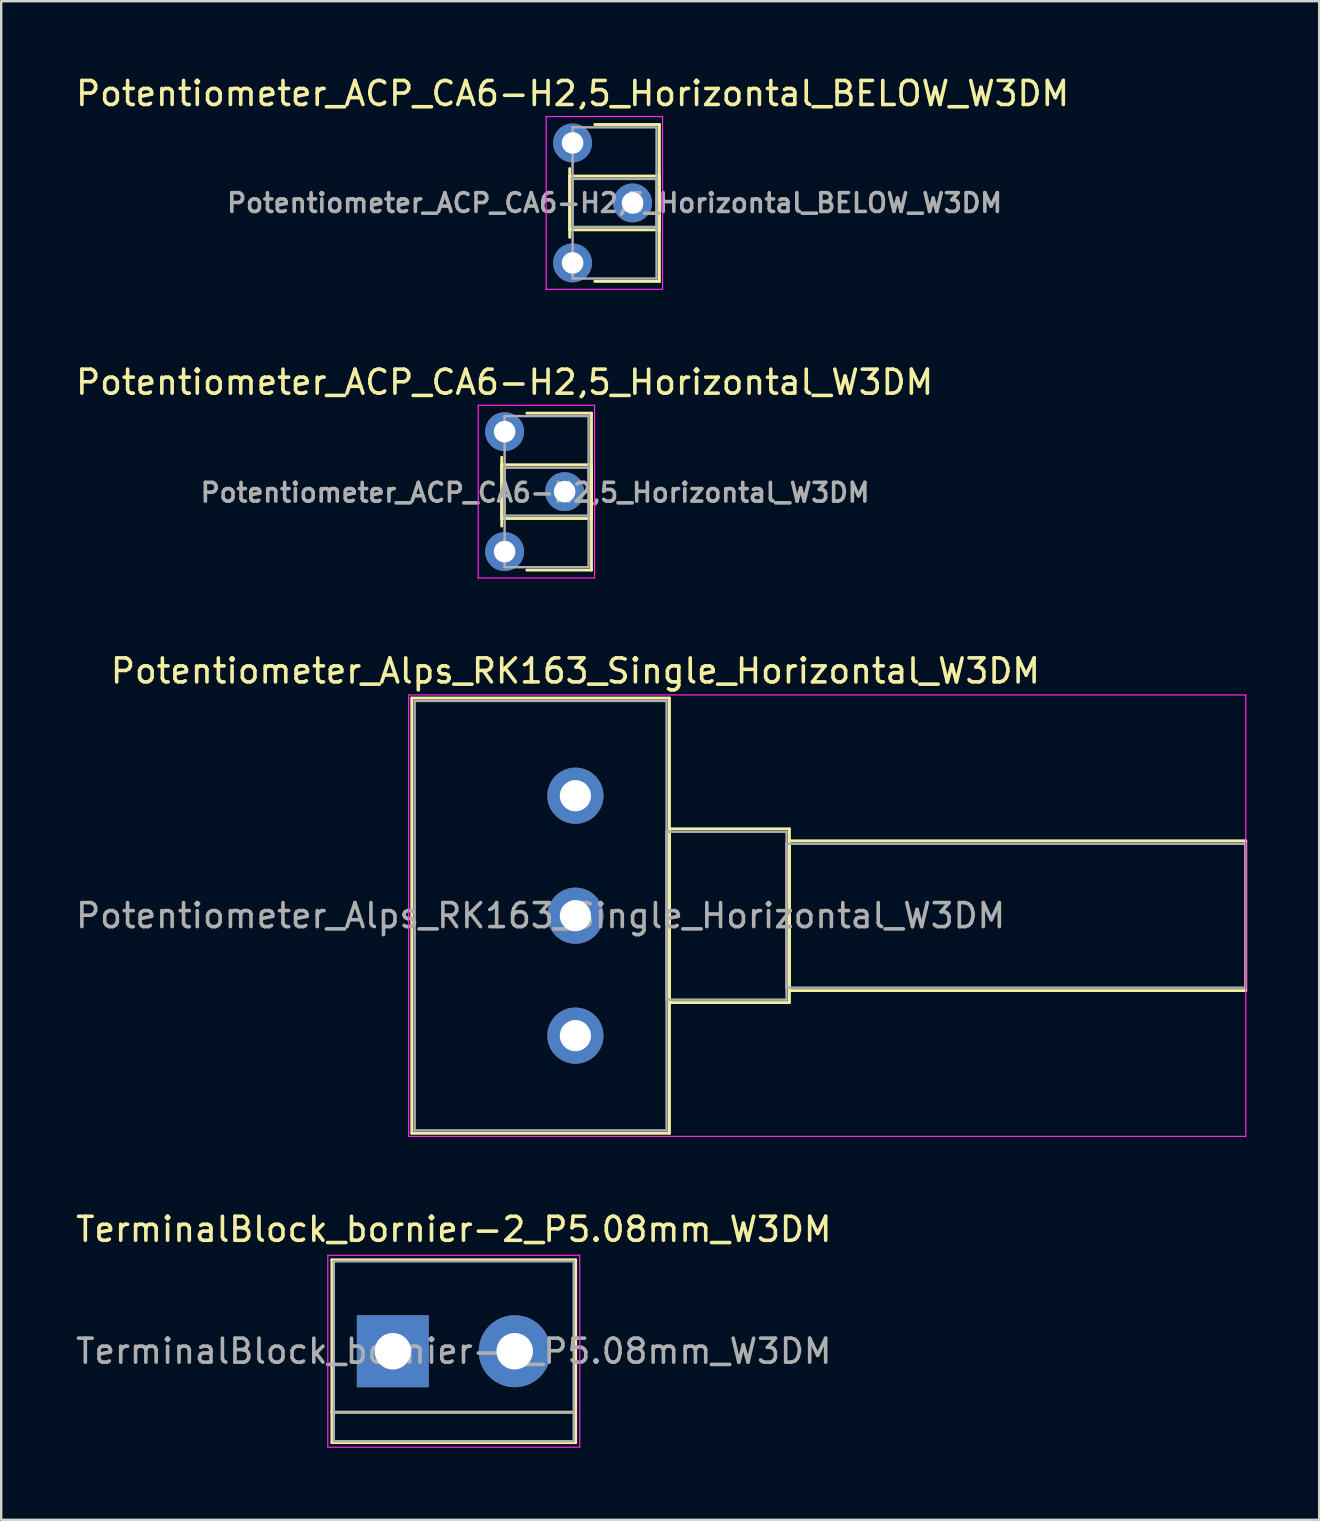
<source format=kicad_pcb>
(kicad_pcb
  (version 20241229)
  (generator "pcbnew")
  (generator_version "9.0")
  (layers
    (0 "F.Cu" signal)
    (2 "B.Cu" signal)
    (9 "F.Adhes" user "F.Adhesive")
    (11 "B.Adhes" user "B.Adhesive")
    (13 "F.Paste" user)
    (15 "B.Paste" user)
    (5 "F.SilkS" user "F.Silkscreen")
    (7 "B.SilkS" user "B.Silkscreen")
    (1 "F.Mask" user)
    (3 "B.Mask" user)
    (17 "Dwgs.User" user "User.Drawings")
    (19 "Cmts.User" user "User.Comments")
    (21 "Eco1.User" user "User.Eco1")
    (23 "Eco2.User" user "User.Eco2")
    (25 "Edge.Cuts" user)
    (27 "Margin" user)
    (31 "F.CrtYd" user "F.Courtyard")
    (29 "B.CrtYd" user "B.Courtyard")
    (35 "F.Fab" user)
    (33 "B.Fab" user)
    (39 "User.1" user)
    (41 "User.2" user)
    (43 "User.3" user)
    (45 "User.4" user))
  (footprint "Potentiometer_ACP_CA6-H2,5_Horizontal_W3DM"
    (layer "F.Cu")
    (at 17.982 14.941)
    (property "Reference" "Potentiometer_ACP_CA6-H2,5_Horizontal_W3DM" (at 0 -2.06 0) (layer "F.SilkS") (effects (font (size 1 1) (thickness 0.15))))
    (attr through_hole)
    (fp_line (start -0.121 1.066) (end -0.121 3.935) (stroke (width 0.12) (type solid)) (layer "F.SilkS"))
    (fp_line (start -0.121 1.38) (end -0.121 3.62) (stroke (width 0.12) (type solid)) (layer "F.SilkS"))
    (fp_line (start -0.121 1.38) (end 3.62 1.38) (stroke (width 0.12) (type solid)) (layer "F.SilkS"))
    (fp_line (start -0.121 3.62) (end 3.62 3.62) (stroke (width 0.12) (type solid)) (layer "F.SilkS"))
    (fp_line (start 0.925 -0.77) (end 3.62 -0.77) (stroke (width 0.12) (type solid)) (layer "F.SilkS"))
    (fp_line (start 0.925 5.77) (end 3.62 5.77) (stroke (width 0.12) (type solid)) (layer "F.SilkS"))
    (fp_line (start 3.62 -0.77) (end 3.62 5.77) (stroke (width 0.12) (type solid)) (layer "F.SilkS"))
    (fp_line (start 3.62 1.38) (end 3.62 3.62) (stroke (width 0.12) (type solid)) (layer "F.SilkS"))
    (fp_line (start -1.1 -1.1) (end -1.1 6.1) (stroke (width 0.05) (type solid)) (layer "F.CrtYd"))
    (fp_line (start -1.1 6.1) (end 3.75 6.1) (stroke (width 0.05) (type solid)) (layer "F.CrtYd"))
    (fp_line (start 3.75 -1.1) (end -1.1 -1.1) (stroke (width 0.05) (type solid)) (layer "F.CrtYd"))
    (fp_line (start 3.75 6.1) (end 3.75 -1.1) (stroke (width 0.05) (type solid)) (layer "F.CrtYd"))
    (fp_line (start 0 -0.65) (end 3.5 -0.65) (stroke (width 0.1) (type solid)) (layer "F.Fab"))
    (fp_line (start 0 1.5) (end 0 3.5) (stroke (width 0.1) (type solid)) (layer "F.Fab"))
    (fp_line (start 0 3.5) (end 3.5 3.5) (stroke (width 0.1) (type solid)) (layer "F.Fab"))
    (fp_line (start 0 5.65) (end 0 -0.65) (stroke (width 0.1) (type solid)) (layer "F.Fab"))
    (fp_line (start 3.5 -0.65) (end 3.5 5.65) (stroke (width 0.1) (type solid)) (layer "F.Fab"))
    (fp_line (start 3.5 1.5) (end 0 1.5) (stroke (width 0.1) (type solid)) (layer "F.Fab"))
    (fp_line (start 3.5 3.5) (end 3.5 1.5) (stroke (width 0.1) (type solid)) (layer "F.Fab"))
    (fp_line (start 3.5 5.65) (end 0 5.65) (stroke (width 0.1) (type solid)) (layer "F.Fab"))
    (fp_text user "${REFERENCE}" (at 1.27 2.54 0) (layer "F.Fab") (effects (font (size 0.78 0.78) (thickness 0.15))))
    (pad "1" thru_hole circle (at 0 0) (size 1.62 1.62) (drill 0.9) (layers "*.Cu" "*.Mask"))
    (pad "2" thru_hole circle (at 2.5 2.5) (size 1.62 1.62) (drill 0.9) (layers "*.Cu" "*.Mask"))
    (pad "3" thru_hole circle (at 0 5) (size 1.62 1.62) (drill 0.9) (layers "*.Cu" "*.Mask")))
  (footprint "TerminalBlock_bornier-2_P5.08mm_W3DM"
    (layer "F.Cu")
    (at 13.323 53.268)
    (property "Reference" "TerminalBlock_bornier-2_P5.08mm_W3DM" (at 2.54 -5.08 0) (layer "F.SilkS") (effects (font (size 1 1) (thickness 0.15))))
    (attr through_hole)
    (fp_line (start -2.54 -3.81) (end -2.54 3.81) (stroke (width 0.12) (type solid)) (layer "F.SilkS"))
    (fp_line (start -2.54 3.81) (end 7.62 3.81) (stroke (width 0.12) (type solid)) (layer "F.SilkS"))
    (fp_line (start 7.62 -3.81) (end -2.54 -3.81) (stroke (width 0.12) (type solid)) (layer "F.SilkS"))
    (fp_line (start 7.62 2.54) (end -2.54 2.54) (stroke (width 0.12) (type solid)) (layer "F.SilkS"))
    (fp_line (start 7.62 3.81) (end 7.62 -3.81) (stroke (width 0.12) (type solid)) (layer "F.SilkS"))
    (fp_line (start -2.71 -4) (end -2.71 4) (stroke (width 0.05) (type solid)) (layer "F.CrtYd"))
    (fp_line (start -2.71 -4) (end 7.79 -4) (stroke (width 0.05) (type solid)) (layer "F.CrtYd"))
    (fp_line (start 7.79 4) (end -2.71 4) (stroke (width 0.05) (type solid)) (layer "F.CrtYd"))
    (fp_line (start 7.79 4) (end 7.79 -4) (stroke (width 0.05) (type solid)) (layer "F.CrtYd"))
    (fp_line (start -2.46 -3.75) (end -2.46 3.75) (stroke (width 0.1) (type solid)) (layer "F.Fab"))
    (fp_line (start -2.46 3.75) (end 7.54 3.75) (stroke (width 0.1) (type solid)) (layer "F.Fab"))
    (fp_line (start -2.41 2.55) (end 7.49 2.55) (stroke (width 0.1) (type solid)) (layer "F.Fab"))
    (fp_line (start 7.54 -3.75) (end -2.46 -3.75) (stroke (width 0.1) (type solid)) (layer "F.Fab"))
    (fp_line (start 7.54 3.75) (end 7.54 -3.75) (stroke (width 0.1) (type solid)) (layer "F.Fab"))
    (fp_text user "${REFERENCE}" (at 2.54 0 0) (layer "F.Fab") (effects (font (size 1 1) (thickness 0.15))))
    (pad "1" thru_hole rect (at 0 0) (size 3 3) (drill 1.52) (layers "*.Cu" "*.Mask"))
    (pad "2" thru_hole circle (at 5.08 0) (size 3 3) (drill 1.52) (layers "*.Cu" "*.Mask")))
  (footprint "Potentiometer_ACP_CA6-H2,5_Horizontal_BELOW_W3DM"
    (layer "F.Cu")
    (at 20.815 2.908)
    (property "Reference" "Potentiometer_ACP_CA6-H2,5_Horizontal_BELOW_W3DM" (at 0 -2.06 0) (layer "F.SilkS") (effects (font (size 1 1) (thickness 0.15))))
    (attr through_hole)
    (fp_line (start -0.121 1.066) (end -0.121 3.935) (stroke (width 0.12) (type solid)) (layer "F.SilkS"))
    (fp_line (start -0.121 1.38) (end -0.121 3.62) (stroke (width 0.12) (type solid)) (layer "F.SilkS"))
    (fp_line (start -0.121 1.38) (end 3.62 1.38) (stroke (width 0.12) (type solid)) (layer "F.SilkS"))
    (fp_line (start -0.121 3.62) (end 3.62 3.62) (stroke (width 0.12) (type solid)) (layer "F.SilkS"))
    (fp_line (start 0.925 -0.77) (end 3.62 -0.77) (stroke (width 0.12) (type solid)) (layer "F.SilkS"))
    (fp_line (start 0.925 5.77) (end 3.62 5.77) (stroke (width 0.12) (type solid)) (layer "F.SilkS"))
    (fp_line (start 3.62 -0.77) (end 3.62 5.77) (stroke (width 0.12) (type solid)) (layer "F.SilkS"))
    (fp_line (start 3.62 1.38) (end 3.62 3.62) (stroke (width 0.12) (type solid)) (layer "F.SilkS"))
    (fp_line (start -1.1 -1.1) (end -1.1 6.1) (stroke (width 0.05) (type solid)) (layer "F.CrtYd"))
    (fp_line (start -1.1 6.1) (end 3.75 6.1) (stroke (width 0.05) (type solid)) (layer "F.CrtYd"))
    (fp_line (start 3.75 -1.1) (end -1.1 -1.1) (stroke (width 0.05) (type solid)) (layer "F.CrtYd"))
    (fp_line (start 3.75 6.1) (end 3.75 -1.1) (stroke (width 0.05) (type solid)) (layer "F.CrtYd"))
    (fp_line (start 0 -0.65) (end 3.5 -0.65) (stroke (width 0.1) (type solid)) (layer "F.Fab"))
    (fp_line (start 0 1.5) (end 0 3.5) (stroke (width 0.1) (type solid)) (layer "F.Fab"))
    (fp_line (start 0 3.5) (end 3.5 3.5) (stroke (width 0.1) (type solid)) (layer "F.Fab"))
    (fp_line (start 0 5.65) (end 0 -0.65) (stroke (width 0.1) (type solid)) (layer "F.Fab"))
    (fp_line (start 3.5 -0.65) (end 3.5 5.65) (stroke (width 0.1) (type solid)) (layer "F.Fab"))
    (fp_line (start 3.5 1.5) (end 0 1.5) (stroke (width 0.1) (type solid)) (layer "F.Fab"))
    (fp_line (start 3.5 3.5) (end 3.5 1.5) (stroke (width 0.1) (type solid)) (layer "F.Fab"))
    (fp_line (start 3.5 5.65) (end 0 5.65) (stroke (width 0.1) (type solid)) (layer "F.Fab"))
    (fp_text user "${REFERENCE}" (at 1.75 2.5 0) (layer "F.Fab") (effects (font (size 0.78 0.78) (thickness 0.15))))
    (pad "1" thru_hole circle (at 0 0) (size 1.62 1.62) (drill 0.9) (layers "*.Cu" "*.Mask"))
    (pad "2" thru_hole circle (at 2.5 2.5) (size 1.62 1.62) (drill 0.9) (layers "*.Cu" "*.Mask"))
    (pad "3" thru_hole circle (at 0 5) (size 1.62 1.62) (drill 0.9) (layers "*.Cu" "*.Mask")))
  (footprint "Potentiometer_Alps_RK163_Single_Horizontal_W3DM"
    (layer "F.Cu")
    (at 20.932 40.115)
    (property "Reference" "Potentiometer_Alps_RK163_Single_Horizontal_W3DM" (at 0 -15.2 0) (layer "F.SilkS") (effects (font (size 1 1) (thickness 0.15))))
    (attr through_hole)
    (fp_line (start -6.82 -14.07) (end -6.82 4.07) (stroke (width 0.12) (type solid)) (layer "F.SilkS"))
    (fp_line (start -6.82 -14.07) (end 3.92 -14.07) (stroke (width 0.12) (type solid)) (layer "F.SilkS"))
    (fp_line (start -6.82 4.07) (end 3.92 4.07) (stroke (width 0.12) (type solid)) (layer "F.SilkS"))
    (fp_line (start 3.92 -14.07) (end 3.92 4.07) (stroke (width 0.12) (type solid)) (layer "F.SilkS"))
    (fp_line (start 3.92 -8.62) (end 3.92 -1.38) (stroke (width 0.12) (type solid)) (layer "F.SilkS"))
    (fp_line (start 3.92 -8.62) (end 8.92 -8.62) (stroke (width 0.12) (type solid)) (layer "F.SilkS"))
    (fp_line (start 3.92 -1.38) (end 8.92 -1.38) (stroke (width 0.12) (type solid)) (layer "F.SilkS"))
    (fp_line (start 8.92 -8.62) (end 8.92 -1.38) (stroke (width 0.12) (type solid)) (layer "F.SilkS"))
    (fp_line (start 8.92 -8.12) (end 8.92 -1.879) (stroke (width 0.12) (type solid)) (layer "F.SilkS"))
    (fp_line (start 8.92 -8.12) (end 27.94 -8.12) (stroke (width 0.12) (type solid)) (layer "F.SilkS"))
    (fp_line (start 8.92 -1.879) (end 27.94 -1.879) (stroke (width 0.12) (type solid)) (layer "F.SilkS"))
    (fp_line (start 27.94 -8.12) (end 27.94 -1.879) (stroke (width 0.12) (type solid)) (layer "F.SilkS"))
    (fp_line (start -6.95 -14.2) (end -6.95 4.2) (stroke (width 0.05) (type solid)) (layer "F.CrtYd"))
    (fp_line (start -6.95 4.2) (end 27.94 4.2) (stroke (width 0.05) (type solid)) (layer "F.CrtYd"))
    (fp_line (start 27.94 -14.2) (end -6.95 -14.2) (stroke (width 0.05) (type solid)) (layer "F.CrtYd"))
    (fp_line (start 27.94 4.2) (end 27.94 -14.2) (stroke (width 0.05) (type solid)) (layer "F.CrtYd"))
    (fp_line (start -6.7 -13.95) (end -6.7 3.95) (stroke (width 0.1) (type solid)) (layer "F.Fab"))
    (fp_line (start -6.7 3.95) (end 3.8 3.95) (stroke (width 0.1) (type solid)) (layer "F.Fab"))
    (fp_line (start 3.8 -13.95) (end -6.7 -13.95) (stroke (width 0.1) (type solid)) (layer "F.Fab"))
    (fp_line (start 3.8 -8.5) (end 3.8 -1.5) (stroke (width 0.1) (type solid)) (layer "F.Fab"))
    (fp_line (start 3.8 -1.5) (end 8.8 -1.5) (stroke (width 0.1) (type solid)) (layer "F.Fab"))
    (fp_line (start 3.8 3.95) (end 3.8 -13.95) (stroke (width 0.1) (type solid)) (layer "F.Fab"))
    (fp_line (start 8.8 -8.5) (end 3.8 -8.5) (stroke (width 0.1) (type solid)) (layer "F.Fab"))
    (fp_line (start 8.8 -8) (end 8.8 -2) (stroke (width 0.1) (type solid)) (layer "F.Fab"))
    (fp_line (start 8.8 -2) (end 27.94 -2) (stroke (width 0.1) (type solid)) (layer "F.Fab"))
    (fp_line (start 8.8 -1.5) (end 8.8 -8.5) (stroke (width 0.1) (type solid)) (layer "F.Fab"))
    (fp_line (start 27.94 -8) (end 8.8 -8) (stroke (width 0.1) (type solid)) (layer "F.Fab"))
    (fp_line (start 27.94 -2) (end 27.94 -8) (stroke (width 0.1) (type solid)) (layer "F.Fab"))
    (fp_text user "${REFERENCE}" (at -1.45 -5 0) (layer "F.Fab") (effects (font (size 1 1) (thickness 0.15))))
    (pad "1" thru_hole circle (at 0 0) (size 2.34 2.34) (drill 1.3) (layers "*.Cu" "*.Mask"))
    (pad "2" thru_hole circle (at 0 -5) (size 2.34 2.34) (drill 1.3) (layers "*.Cu" "*.Mask"))
    (pad "3" thru_hole circle (at 0 -10) (size 2.34 2.34) (drill 1.3) (layers "*.Cu" "*.Mask")))
  (gr_rect
    (start -3 -3)
    (end 51.932 60.293)
    (stroke (width 0.1) (type default))
    (fill no)
    (layer "Edge.Cuts")))
</source>
